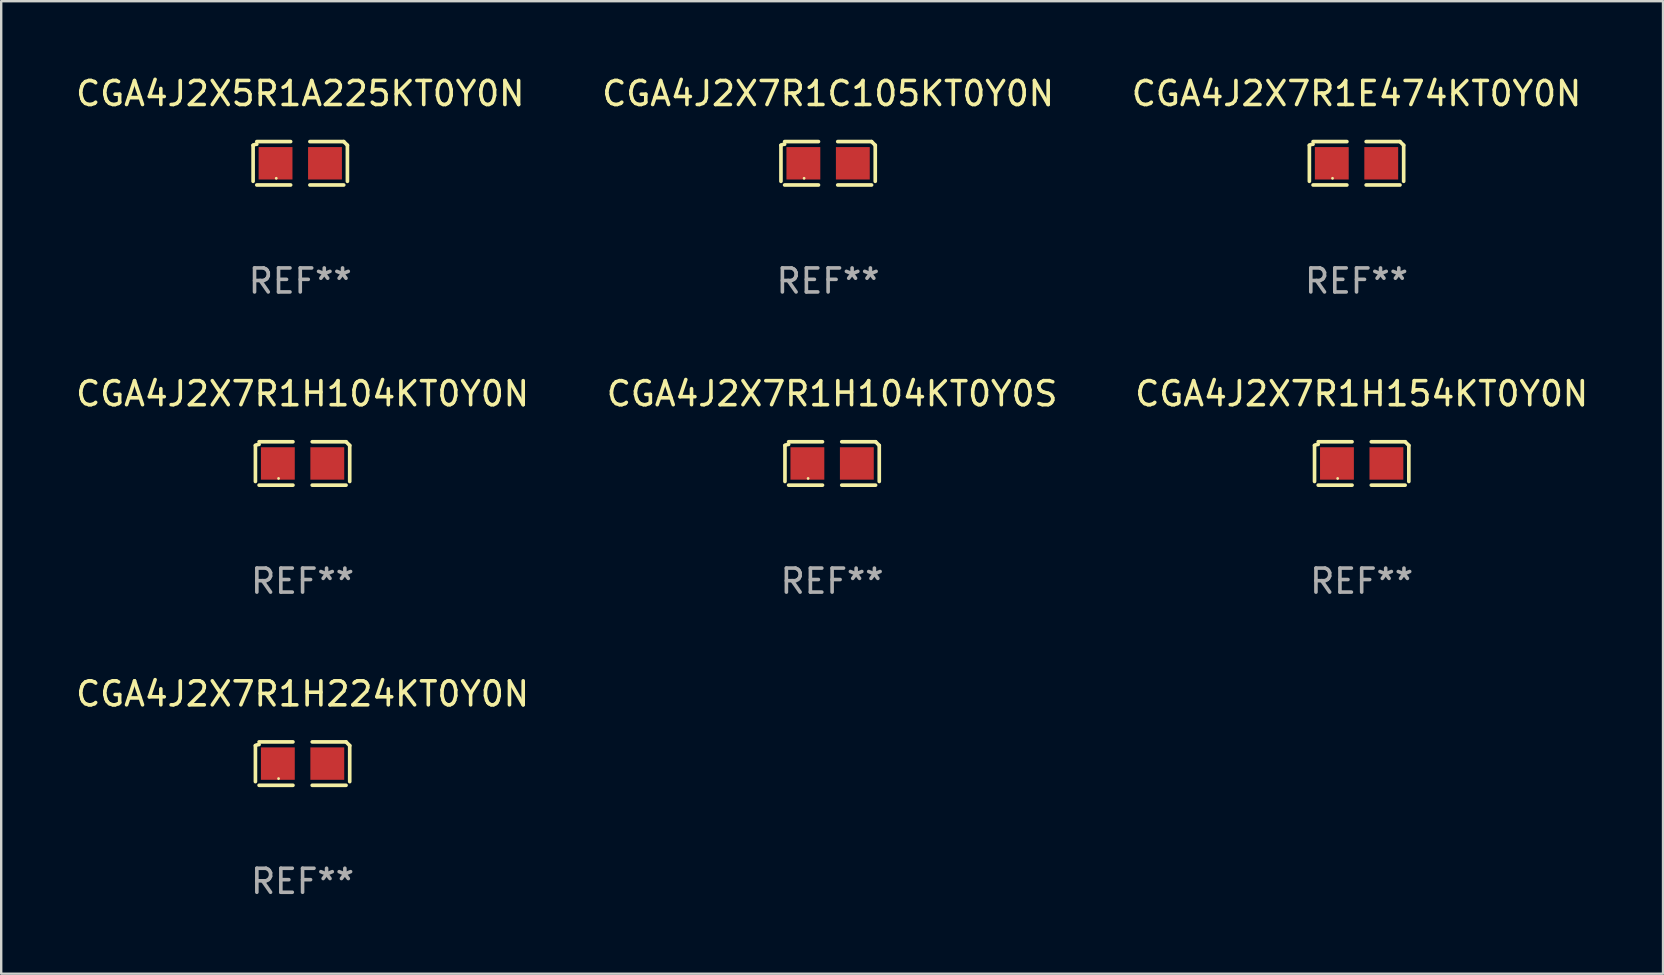
<source format=kicad_pcb>
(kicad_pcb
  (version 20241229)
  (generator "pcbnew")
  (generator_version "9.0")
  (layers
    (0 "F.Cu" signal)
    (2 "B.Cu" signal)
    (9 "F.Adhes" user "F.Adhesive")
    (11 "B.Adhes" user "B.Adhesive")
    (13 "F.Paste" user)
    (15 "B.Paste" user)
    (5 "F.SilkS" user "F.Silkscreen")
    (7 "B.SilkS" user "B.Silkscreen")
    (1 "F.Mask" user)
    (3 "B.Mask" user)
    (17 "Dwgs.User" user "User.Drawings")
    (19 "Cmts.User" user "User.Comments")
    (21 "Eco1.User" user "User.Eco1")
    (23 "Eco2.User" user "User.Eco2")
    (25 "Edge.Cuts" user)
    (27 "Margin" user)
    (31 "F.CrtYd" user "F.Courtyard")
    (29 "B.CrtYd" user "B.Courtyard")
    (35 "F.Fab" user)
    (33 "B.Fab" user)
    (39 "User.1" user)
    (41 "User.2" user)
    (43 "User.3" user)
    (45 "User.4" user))
  (footprint "CGA4J2X7R1H154KT0Y0N"
    (layer "F.Cu")
    (at 53.673 16.256)
    (property "Reference" "CGA4J2X7R1H154KT0Y0N" (at 0 -2.904 0) (layer "F.SilkS") (effects (font (size 1 1) (thickness 0.15))))
    (attr through_hole)
    (fp_line (start -1.964 0.751) (end -1.964 -0.751) (stroke (width 0.152) (type solid)) (layer "F.SilkS"))
    (fp_line (start -1.811 -0.904) (end -0.401 -0.904) (stroke (width 0.152) (type solid)) (layer "F.SilkS"))
    (fp_line (start -0.401 0.904) (end -1.811 0.904) (stroke (width 0.152) (type solid)) (layer "F.SilkS"))
    (fp_line (start 0.401 0.904) (end 1.811 0.904) (stroke (width 0.152) (type solid)) (layer "F.SilkS"))
    (fp_line (start 1.811 -0.904) (end 0.401 -0.904) (stroke (width 0.152) (type solid)) (layer "F.SilkS"))
    (fp_line (start 1.964 0.751) (end 1.964 -0.751) (stroke (width 0.152) (type solid)) (layer "F.SilkS"))
    (fp_arc (start -1.963602 -0.751207) (mid -1.890354 -0.783131) (end -1.811201 -0.794044) (stroke (width 0.1524) (type solid)) (layer "F.SilkS"))
    (fp_arc (start 1.811202 -0.903607) (mid 1.887413 -0.827418) (end 1.963602 -0.751207) (stroke (width 0.1524) (type solid)) (layer "F.SilkS"))
    (fp_circle (center -1 0.625) (end -0.97 0.625) (stroke (width 0.06) (type solid)) (fill no) (layer "F.SilkS"))
    (fp_text user "REF**" (at 0 4.904 0) (layer "F.Fab") (effects (font (size 1 1) (thickness 0.15))))
    (pad "1" smd rect (at -1.03 0) (size 1.41 1.35) (layers "F.Cu" "F.Mask" "F.Paste"))
    (pad "2" smd rect (at 1.03 0) (size 1.41 1.35) (layers "F.Cu" "F.Mask" "F.Paste")))
  (footprint "CGA4J2X7R1H104KT0Y0S"
    (layer "F.Cu")
    (at 31.613 16.256)
    (property "Reference" "CGA4J2X7R1H104KT0Y0S" (at 0 -2.904 0) (layer "F.SilkS") (effects (font (size 1 1) (thickness 0.15))))
    (attr through_hole)
    (fp_line (start -1.964 0.751) (end -1.964 -0.751) (stroke (width 0.152) (type solid)) (layer "F.SilkS"))
    (fp_line (start -1.811 -0.904) (end -0.401 -0.904) (stroke (width 0.152) (type solid)) (layer "F.SilkS"))
    (fp_line (start -0.401 0.904) (end -1.811 0.904) (stroke (width 0.152) (type solid)) (layer "F.SilkS"))
    (fp_line (start 0.401 0.904) (end 1.811 0.904) (stroke (width 0.152) (type solid)) (layer "F.SilkS"))
    (fp_line (start 1.811 -0.904) (end 0.401 -0.904) (stroke (width 0.152) (type solid)) (layer "F.SilkS"))
    (fp_line (start 1.964 0.751) (end 1.964 -0.751) (stroke (width 0.152) (type solid)) (layer "F.SilkS"))
    (fp_arc (start -1.963602 -0.751207) (mid -1.890354 -0.783131) (end -1.811201 -0.794044) (stroke (width 0.1524) (type solid)) (layer "F.SilkS"))
    (fp_arc (start 1.811202 -0.903607) (mid 1.887413 -0.827418) (end 1.963602 -0.751207) (stroke (width 0.1524) (type solid)) (layer "F.SilkS"))
    (fp_circle (center -1 0.625) (end -0.97 0.625) (stroke (width 0.06) (type solid)) (fill no) (layer "F.SilkS"))
    (fp_text user "REF**" (at 0 4.904 0) (layer "F.Fab") (effects (font (size 1 1) (thickness 0.15))))
    (pad "1" smd rect (at -1.03 0) (size 1.41 1.35) (layers "F.Cu" "F.Mask" "F.Paste"))
    (pad "2" smd rect (at 1.03 0) (size 1.41 1.35) (layers "F.Cu" "F.Mask" "F.Paste")))
  (footprint "CGA4J2X7R1H224KT0Y0N"
    (layer "F.Cu")
    (at 9.554 28.759)
    (property "Reference" "CGA4J2X7R1H224KT0Y0N" (at 0 -2.904 0) (layer "F.SilkS") (effects (font (size 1 1) (thickness 0.15))))
    (attr through_hole)
    (fp_line (start -1.964 0.751) (end -1.964 -0.751) (stroke (width 0.152) (type solid)) (layer "F.SilkS"))
    (fp_line (start -1.811 -0.904) (end -0.401 -0.904) (stroke (width 0.152) (type solid)) (layer "F.SilkS"))
    (fp_line (start -0.401 0.904) (end -1.811 0.904) (stroke (width 0.152) (type solid)) (layer "F.SilkS"))
    (fp_line (start 0.401 0.904) (end 1.811 0.904) (stroke (width 0.152) (type solid)) (layer "F.SilkS"))
    (fp_line (start 1.811 -0.904) (end 0.401 -0.904) (stroke (width 0.152) (type solid)) (layer "F.SilkS"))
    (fp_line (start 1.964 0.751) (end 1.964 -0.751) (stroke (width 0.152) (type solid)) (layer "F.SilkS"))
    (fp_arc (start -1.963602 -0.751207) (mid -1.890354 -0.783131) (end -1.811201 -0.794044) (stroke (width 0.1524) (type solid)) (layer "F.SilkS"))
    (fp_arc (start 1.811202 -0.903607) (mid 1.887413 -0.827418) (end 1.963602 -0.751207) (stroke (width 0.1524) (type solid)) (layer "F.SilkS"))
    (fp_circle (center -1 0.625) (end -0.97 0.625) (stroke (width 0.06) (type solid)) (fill no) (layer "F.SilkS"))
    (fp_text user "REF**" (at 0 4.904 0) (layer "F.Fab") (effects (font (size 1 1) (thickness 0.15))))
    (pad "1" smd rect (at -1.03 0) (size 1.41 1.35) (layers "F.Cu" "F.Mask" "F.Paste"))
    (pad "2" smd rect (at 1.03 0) (size 1.41 1.35) (layers "F.Cu" "F.Mask" "F.Paste")))
  (footprint "CGA4J2X7R1C105KT0Y0N"
    (layer "F.Cu")
    (at 31.446 3.752)
    (property "Reference" "CGA4J2X7R1C105KT0Y0N" (at 0 -2.904 0) (layer "F.SilkS") (effects (font (size 1 1) (thickness 0.15))))
    (attr through_hole)
    (fp_line (start -1.964 0.751) (end -1.964 -0.751) (stroke (width 0.152) (type solid)) (layer "F.SilkS"))
    (fp_line (start -1.811 -0.904) (end -0.401 -0.904) (stroke (width 0.152) (type solid)) (layer "F.SilkS"))
    (fp_line (start -0.401 0.904) (end -1.811 0.904) (stroke (width 0.152) (type solid)) (layer "F.SilkS"))
    (fp_line (start 0.401 0.904) (end 1.811 0.904) (stroke (width 0.152) (type solid)) (layer "F.SilkS"))
    (fp_line (start 1.811 -0.904) (end 0.401 -0.904) (stroke (width 0.152) (type solid)) (layer "F.SilkS"))
    (fp_line (start 1.964 0.751) (end 1.964 -0.751) (stroke (width 0.152) (type solid)) (layer "F.SilkS"))
    (fp_arc (start -1.963602 -0.751207) (mid -1.890354 -0.783131) (end -1.811201 -0.794044) (stroke (width 0.1524) (type solid)) (layer "F.SilkS"))
    (fp_arc (start 1.811202 -0.903607) (mid 1.887413 -0.827418) (end 1.963602 -0.751207) (stroke (width 0.1524) (type solid)) (layer "F.SilkS"))
    (fp_circle (center -1 0.625) (end -0.97 0.625) (stroke (width 0.06) (type solid)) (fill no) (layer "F.SilkS"))
    (fp_text user "REF**" (at 0 4.904 0) (layer "F.Fab") (effects (font (size 1 1) (thickness 0.15))))
    (pad "1" smd rect (at -1.03 0) (size 1.41 1.35) (layers "F.Cu" "F.Mask" "F.Paste"))
    (pad "2" smd rect (at 1.03 0) (size 1.41 1.35) (layers "F.Cu" "F.Mask" "F.Paste")))
  (footprint "CGA4J2X5R1A225KT0Y0N"
    (layer "F.Cu")
    (at 9.458 3.752)
    (property "Reference" "CGA4J2X5R1A225KT0Y0N" (at 0 -2.904 0) (layer "F.SilkS") (effects (font (size 1 1) (thickness 0.15))))
    (attr through_hole)
    (fp_line (start -1.964 0.751) (end -1.964 -0.751) (stroke (width 0.152) (type solid)) (layer "F.SilkS"))
    (fp_line (start -1.811 -0.904) (end -0.401 -0.904) (stroke (width 0.152) (type solid)) (layer "F.SilkS"))
    (fp_line (start -0.401 0.904) (end -1.811 0.904) (stroke (width 0.152) (type solid)) (layer "F.SilkS"))
    (fp_line (start 0.401 0.904) (end 1.811 0.904) (stroke (width 0.152) (type solid)) (layer "F.SilkS"))
    (fp_line (start 1.811 -0.904) (end 0.401 -0.904) (stroke (width 0.152) (type solid)) (layer "F.SilkS"))
    (fp_line (start 1.964 0.751) (end 1.964 -0.751) (stroke (width 0.152) (type solid)) (layer "F.SilkS"))
    (fp_arc (start -1.963602 -0.751207) (mid -1.890354 -0.783131) (end -1.811201 -0.794044) (stroke (width 0.1524) (type solid)) (layer "F.SilkS"))
    (fp_arc (start 1.811202 -0.903607) (mid 1.887413 -0.827418) (end 1.963602 -0.751207) (stroke (width 0.1524) (type solid)) (layer "F.SilkS"))
    (fp_circle (center -1 0.625) (end -0.97 0.625) (stroke (width 0.06) (type solid)) (fill no) (layer "F.SilkS"))
    (fp_text user "REF**" (at 0 4.904 0) (layer "F.Fab") (effects (font (size 1 1) (thickness 0.15))))
    (pad "1" smd rect (at -1.03 0) (size 1.41 1.35) (layers "F.Cu" "F.Mask" "F.Paste"))
    (pad "2" smd rect (at 1.03 0) (size 1.41 1.35) (layers "F.Cu" "F.Mask" "F.Paste")))
  (footprint "CGA4J2X7R1H104KT0Y0N"
    (layer "F.Cu")
    (at 9.554 16.256)
    (property "Reference" "CGA4J2X7R1H104KT0Y0N" (at 0 -2.904 0) (layer "F.SilkS") (effects (font (size 1 1) (thickness 0.15))))
    (attr through_hole)
    (fp_line (start -1.964 0.751) (end -1.964 -0.751) (stroke (width 0.152) (type solid)) (layer "F.SilkS"))
    (fp_line (start -1.811 -0.904) (end -0.401 -0.904) (stroke (width 0.152) (type solid)) (layer "F.SilkS"))
    (fp_line (start -0.401 0.904) (end -1.811 0.904) (stroke (width 0.152) (type solid)) (layer "F.SilkS"))
    (fp_line (start 0.401 0.904) (end 1.811 0.904) (stroke (width 0.152) (type solid)) (layer "F.SilkS"))
    (fp_line (start 1.811 -0.904) (end 0.401 -0.904) (stroke (width 0.152) (type solid)) (layer "F.SilkS"))
    (fp_line (start 1.964 0.751) (end 1.964 -0.751) (stroke (width 0.152) (type solid)) (layer "F.SilkS"))
    (fp_arc (start -1.963602 -0.751207) (mid -1.890354 -0.783131) (end -1.811201 -0.794044) (stroke (width 0.1524) (type solid)) (layer "F.SilkS"))
    (fp_arc (start 1.811202 -0.903607) (mid 1.887413 -0.827418) (end 1.963602 -0.751207) (stroke (width 0.1524) (type solid)) (layer "F.SilkS"))
    (fp_circle (center -1 0.625) (end -0.97 0.625) (stroke (width 0.06) (type solid)) (fill no) (layer "F.SilkS"))
    (fp_text user "REF**" (at 0 4.904 0) (layer "F.Fab") (effects (font (size 1 1) (thickness 0.15))))
    (pad "1" smd rect (at -1.03 0) (size 1.41 1.35) (layers "F.Cu" "F.Mask" "F.Paste"))
    (pad "2" smd rect (at 1.03 0) (size 1.41 1.35) (layers "F.Cu" "F.Mask" "F.Paste")))
  (footprint "CGA4J2X7R1E474KT0Y0N"
    (layer "F.Cu")
    (at 53.458 3.752)
    (property "Reference" "CGA4J2X7R1E474KT0Y0N" (at 0 -2.904 0) (layer "F.SilkS") (effects (font (size 1 1) (thickness 0.15))))
    (attr through_hole)
    (fp_line (start -1.964 0.751) (end -1.964 -0.751) (stroke (width 0.152) (type solid)) (layer "F.SilkS"))
    (fp_line (start -1.811 -0.904) (end -0.401 -0.904) (stroke (width 0.152) (type solid)) (layer "F.SilkS"))
    (fp_line (start -0.401 0.904) (end -1.811 0.904) (stroke (width 0.152) (type solid)) (layer "F.SilkS"))
    (fp_line (start 0.401 0.904) (end 1.811 0.904) (stroke (width 0.152) (type solid)) (layer "F.SilkS"))
    (fp_line (start 1.811 -0.904) (end 0.401 -0.904) (stroke (width 0.152) (type solid)) (layer "F.SilkS"))
    (fp_line (start 1.964 0.751) (end 1.964 -0.751) (stroke (width 0.152) (type solid)) (layer "F.SilkS"))
    (fp_arc (start -1.963602 -0.751207) (mid -1.890354 -0.783131) (end -1.811201 -0.794044) (stroke (width 0.1524) (type solid)) (layer "F.SilkS"))
    (fp_arc (start 1.811202 -0.903607) (mid 1.887413 -0.827418) (end 1.963602 -0.751207) (stroke (width 0.1524) (type solid)) (layer "F.SilkS"))
    (fp_circle (center -1 0.625) (end -0.97 0.625) (stroke (width 0.06) (type solid)) (fill no) (layer "F.SilkS"))
    (fp_text user "REF**" (at 0 4.904 0) (layer "F.Fab") (effects (font (size 1 1) (thickness 0.15))))
    (pad "1" smd rect (at -1.03 0) (size 1.41 1.35) (layers "F.Cu" "F.Mask" "F.Paste"))
    (pad "2" smd rect (at 1.03 0) (size 1.41 1.35) (layers "F.Cu" "F.Mask" "F.Paste")))
  (gr_rect
    (start -3 -3)
    (end 66.226 37.511)
    (stroke (width 0.1) (type default))
    (fill no)
    (layer "Edge.Cuts")))
</source>
